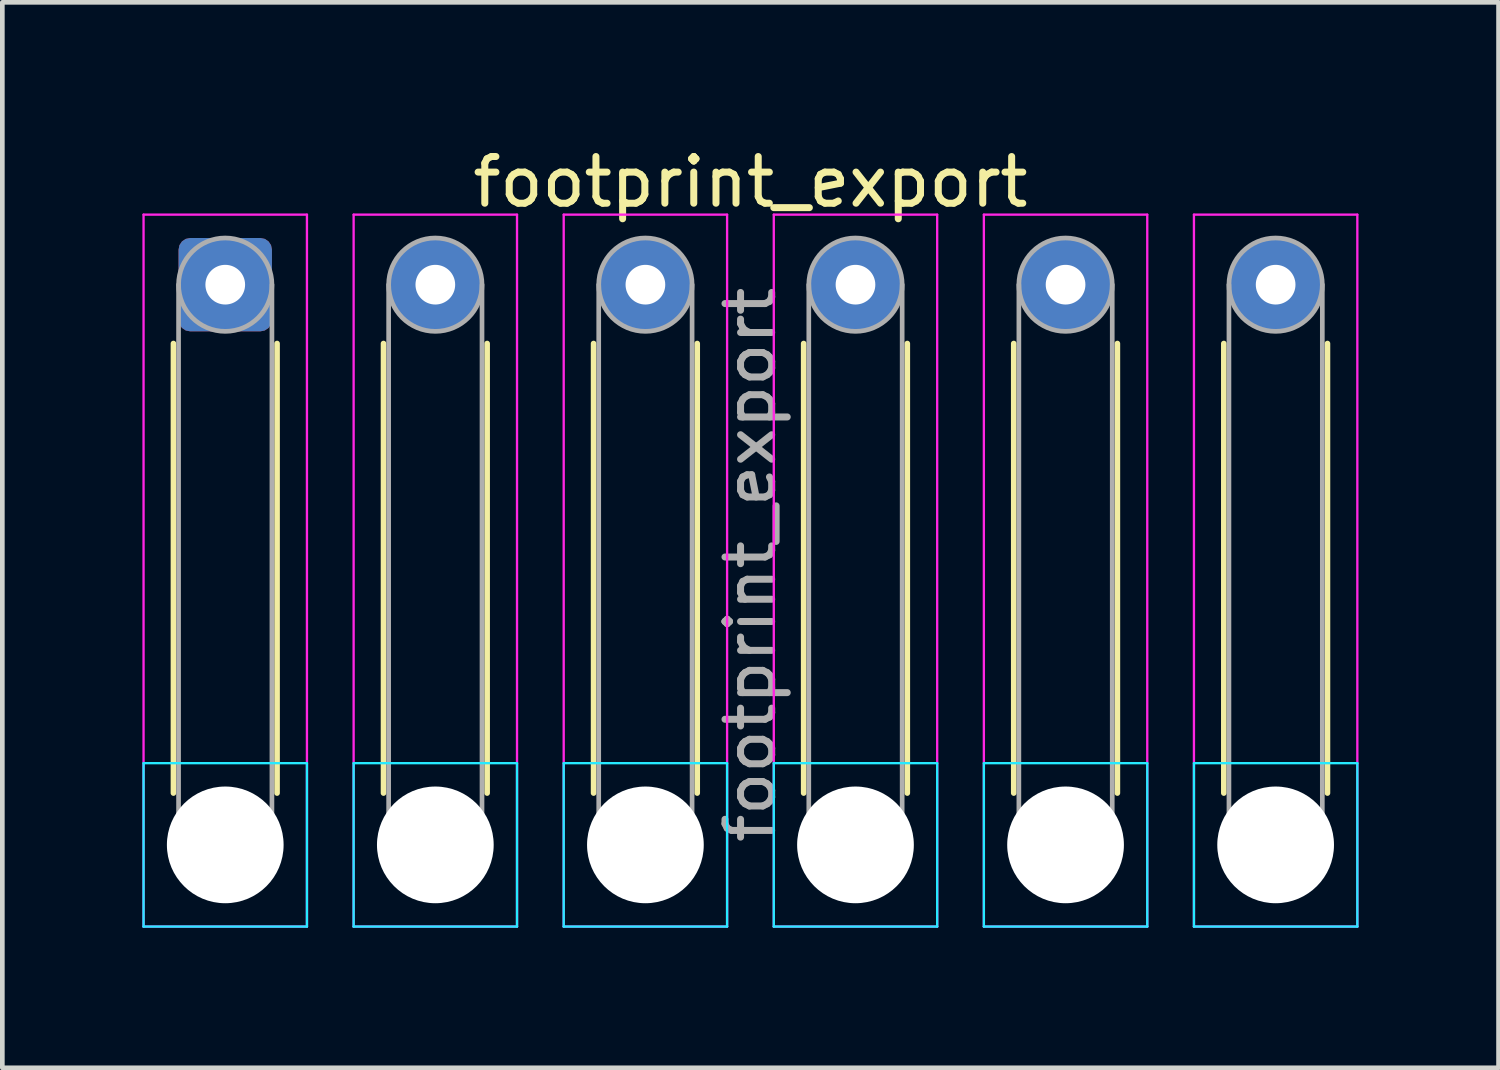
<source format=kicad_pcb>
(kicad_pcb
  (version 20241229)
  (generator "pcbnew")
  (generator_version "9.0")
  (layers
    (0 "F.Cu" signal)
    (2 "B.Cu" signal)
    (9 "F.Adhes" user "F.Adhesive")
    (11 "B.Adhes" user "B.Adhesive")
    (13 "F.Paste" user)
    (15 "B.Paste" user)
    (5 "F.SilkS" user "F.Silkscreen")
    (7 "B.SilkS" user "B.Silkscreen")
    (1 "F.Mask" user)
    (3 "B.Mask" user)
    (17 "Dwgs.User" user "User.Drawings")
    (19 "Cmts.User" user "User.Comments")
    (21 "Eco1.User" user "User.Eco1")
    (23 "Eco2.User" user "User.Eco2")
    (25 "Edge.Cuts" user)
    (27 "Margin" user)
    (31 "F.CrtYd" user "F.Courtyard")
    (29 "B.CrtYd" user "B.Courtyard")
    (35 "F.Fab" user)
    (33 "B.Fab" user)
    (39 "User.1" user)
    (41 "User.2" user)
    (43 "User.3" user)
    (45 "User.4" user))
  (footprint "footprint_export"
    (layer "F.Cu")
    (at 1.775 3.048)
    (property "Reference" "footprint_export" (at 11.25 -2.2 0) (layer "F.SilkS") (effects (font (size 1 1) (thickness 0.15))))
    (attr exclude_from_pos_files exclude_from_bom)
    (fp_line (start -1.11 1.26) (end -1.11 10.89) (stroke (width 0.12) (type solid)) (layer "F.SilkS"))
    (fp_line (start 1.11 1.26) (end 1.11 10.89) (stroke (width 0.12) (type solid)) (layer "F.SilkS"))
    (fp_line (start 3.39 1.26) (end 3.39 10.89) (stroke (width 0.12) (type solid)) (layer "F.SilkS"))
    (fp_line (start 5.61 1.26) (end 5.61 10.89) (stroke (width 0.12) (type solid)) (layer "F.SilkS"))
    (fp_line (start 7.89 1.26) (end 7.89 10.89) (stroke (width 0.12) (type solid)) (layer "F.SilkS"))
    (fp_line (start 10.11 1.26) (end 10.11 10.89) (stroke (width 0.12) (type solid)) (layer "F.SilkS"))
    (fp_line (start 12.39 1.26) (end 12.39 10.89) (stroke (width 0.12) (type solid)) (layer "F.SilkS"))
    (fp_line (start 14.61 1.26) (end 14.61 10.89) (stroke (width 0.12) (type solid)) (layer "F.SilkS"))
    (fp_line (start 16.89 1.26) (end 16.89 10.89) (stroke (width 0.12) (type solid)) (layer "F.SilkS"))
    (fp_line (start 19.11 1.26) (end 19.11 10.89) (stroke (width 0.12) (type solid)) (layer "F.SilkS"))
    (fp_line (start 21.39 1.26) (end 21.39 10.89) (stroke (width 0.12) (type solid)) (layer "F.SilkS"))
    (fp_line (start 23.61 1.26) (end 23.61 10.89) (stroke (width 0.12) (type solid)) (layer "F.SilkS"))
    (fp_line (start -1.75 10.25) (end -1.75 13.75) (stroke (width 0.05) (type solid)) (layer "B.CrtYd"))
    (fp_line (start -1.75 13.75) (end 1.75 13.75) (stroke (width 0.05) (type solid)) (layer "B.CrtYd"))
    (fp_line (start 1.75 10.25) (end -1.75 10.25) (stroke (width 0.05) (type solid)) (layer "B.CrtYd"))
    (fp_line (start 1.75 13.75) (end 1.75 10.25) (stroke (width 0.05) (type solid)) (layer "B.CrtYd"))
    (fp_line (start 2.75 10.25) (end 2.75 13.75) (stroke (width 0.05) (type solid)) (layer "B.CrtYd"))
    (fp_line (start 2.75 13.75) (end 6.25 13.75) (stroke (width 0.05) (type solid)) (layer "B.CrtYd"))
    (fp_line (start 6.25 10.25) (end 2.75 10.25) (stroke (width 0.05) (type solid)) (layer "B.CrtYd"))
    (fp_line (start 6.25 13.75) (end 6.25 10.25) (stroke (width 0.05) (type solid)) (layer "B.CrtYd"))
    (fp_line (start 7.25 10.25) (end 7.25 13.75) (stroke (width 0.05) (type solid)) (layer "B.CrtYd"))
    (fp_line (start 7.25 13.75) (end 10.75 13.75) (stroke (width 0.05) (type solid)) (layer "B.CrtYd"))
    (fp_line (start 10.75 10.25) (end 7.25 10.25) (stroke (width 0.05) (type solid)) (layer "B.CrtYd"))
    (fp_line (start 10.75 13.75) (end 10.75 10.25) (stroke (width 0.05) (type solid)) (layer "B.CrtYd"))
    (fp_line (start 11.75 10.25) (end 11.75 13.75) (stroke (width 0.05) (type solid)) (layer "B.CrtYd"))
    (fp_line (start 11.75 13.75) (end 15.25 13.75) (stroke (width 0.05) (type solid)) (layer "B.CrtYd"))
    (fp_line (start 15.25 10.25) (end 11.75 10.25) (stroke (width 0.05) (type solid)) (layer "B.CrtYd"))
    (fp_line (start 15.25 13.75) (end 15.25 10.25) (stroke (width 0.05) (type solid)) (layer "B.CrtYd"))
    (fp_line (start 16.25 10.25) (end 16.25 13.75) (stroke (width 0.05) (type solid)) (layer "B.CrtYd"))
    (fp_line (start 16.25 13.75) (end 19.75 13.75) (stroke (width 0.05) (type solid)) (layer "B.CrtYd"))
    (fp_line (start 19.75 10.25) (end 16.25 10.25) (stroke (width 0.05) (type solid)) (layer "B.CrtYd"))
    (fp_line (start 19.75 13.75) (end 19.75 10.25) (stroke (width 0.05) (type solid)) (layer "B.CrtYd"))
    (fp_line (start 20.75 10.25) (end 20.75 13.75) (stroke (width 0.05) (type solid)) (layer "B.CrtYd"))
    (fp_line (start 20.75 13.75) (end 24.25 13.75) (stroke (width 0.05) (type solid)) (layer "B.CrtYd"))
    (fp_line (start 24.25 10.25) (end 20.75 10.25) (stroke (width 0.05) (type solid)) (layer "B.CrtYd"))
    (fp_line (start 24.25 13.75) (end 24.25 10.25) (stroke (width 0.05) (type solid)) (layer "B.CrtYd"))
    (fp_line (start -1.75 -1.5) (end -1.75 13.75) (stroke (width 0.05) (type solid)) (layer "F.CrtYd"))
    (fp_line (start -1.75 13.75) (end 1.75 13.75) (stroke (width 0.05) (type solid)) (layer "F.CrtYd"))
    (fp_line (start 1.75 -1.5) (end -1.75 -1.5) (stroke (width 0.05) (type solid)) (layer "F.CrtYd"))
    (fp_line (start 1.75 13.75) (end 1.75 -1.5) (stroke (width 0.05) (type solid)) (layer "F.CrtYd"))
    (fp_line (start 2.75 -1.5) (end 2.75 13.75) (stroke (width 0.05) (type solid)) (layer "F.CrtYd"))
    (fp_line (start 2.75 13.75) (end 6.25 13.75) (stroke (width 0.05) (type solid)) (layer "F.CrtYd"))
    (fp_line (start 6.25 -1.5) (end 2.75 -1.5) (stroke (width 0.05) (type solid)) (layer "F.CrtYd"))
    (fp_line (start 6.25 13.75) (end 6.25 -1.5) (stroke (width 0.05) (type solid)) (layer "F.CrtYd"))
    (fp_line (start 7.25 -1.5) (end 7.25 13.75) (stroke (width 0.05) (type solid)) (layer "F.CrtYd"))
    (fp_line (start 7.25 13.75) (end 10.75 13.75) (stroke (width 0.05) (type solid)) (layer "F.CrtYd"))
    (fp_line (start 10.75 -1.5) (end 7.25 -1.5) (stroke (width 0.05) (type solid)) (layer "F.CrtYd"))
    (fp_line (start 10.75 13.75) (end 10.75 -1.5) (stroke (width 0.05) (type solid)) (layer "F.CrtYd"))
    (fp_line (start 11.75 -1.5) (end 11.75 13.75) (stroke (width 0.05) (type solid)) (layer "F.CrtYd"))
    (fp_line (start 11.75 13.75) (end 15.25 13.75) (stroke (width 0.05) (type solid)) (layer "F.CrtYd"))
    (fp_line (start 15.25 -1.5) (end 11.75 -1.5) (stroke (width 0.05) (type solid)) (layer "F.CrtYd"))
    (fp_line (start 15.25 13.75) (end 15.25 -1.5) (stroke (width 0.05) (type solid)) (layer "F.CrtYd"))
    (fp_line (start 16.25 -1.5) (end 16.25 13.75) (stroke (width 0.05) (type solid)) (layer "F.CrtYd"))
    (fp_line (start 16.25 13.75) (end 19.75 13.75) (stroke (width 0.05) (type solid)) (layer "F.CrtYd"))
    (fp_line (start 19.75 -1.5) (end 16.25 -1.5) (stroke (width 0.05) (type solid)) (layer "F.CrtYd"))
    (fp_line (start 19.75 13.75) (end 19.75 -1.5) (stroke (width 0.05) (type solid)) (layer "F.CrtYd"))
    (fp_line (start 20.75 -1.5) (end 20.75 13.75) (stroke (width 0.05) (type solid)) (layer "F.CrtYd"))
    (fp_line (start 20.75 13.75) (end 24.25 13.75) (stroke (width 0.05) (type solid)) (layer "F.CrtYd"))
    (fp_line (start 24.25 -1.5) (end 20.75 -1.5) (stroke (width 0.05) (type solid)) (layer "F.CrtYd"))
    (fp_line (start 24.25 13.75) (end 24.25 -1.5) (stroke (width 0.05) (type solid)) (layer "F.CrtYd"))
    (fp_line (start -1 0) (end -1 12) (stroke (width 0.1) (type solid)) (layer "F.Fab"))
    (fp_line (start 1 0) (end 1 12) (stroke (width 0.1) (type solid)) (layer "F.Fab"))
    (fp_line (start 3.5 0) (end 3.5 12) (stroke (width 0.1) (type solid)) (layer "F.Fab"))
    (fp_line (start 5.5 0) (end 5.5 12) (stroke (width 0.1) (type solid)) (layer "F.Fab"))
    (fp_line (start 8 0) (end 8 12) (stroke (width 0.1) (type solid)) (layer "F.Fab"))
    (fp_line (start 10 0) (end 10 12) (stroke (width 0.1) (type solid)) (layer "F.Fab"))
    (fp_line (start 12.5 0) (end 12.5 12) (stroke (width 0.1) (type solid)) (layer "F.Fab"))
    (fp_line (start 14.5 0) (end 14.5 12) (stroke (width 0.1) (type solid)) (layer "F.Fab"))
    (fp_line (start 17 0) (end 17 12) (stroke (width 0.1) (type solid)) (layer "F.Fab"))
    (fp_line (start 19 0) (end 19 12) (stroke (width 0.1) (type solid)) (layer "F.Fab"))
    (fp_line (start 21.5 0) (end 21.5 12) (stroke (width 0.1) (type solid)) (layer "F.Fab"))
    (fp_line (start 23.5 0) (end 23.5 12) (stroke (width 0.1) (type solid)) (layer "F.Fab"))
    (fp_circle (center 0 0) (end 1 0) (stroke (width 0.1) (type solid)) (fill no) (layer "F.Fab"))
    (fp_circle (center 0 12) (end 1 12) (stroke (width 0.1) (type solid)) (fill no) (layer "F.Fab"))
    (fp_circle (center 4.5 0) (end 5.5 0) (stroke (width 0.1) (type solid)) (fill no) (layer "F.Fab"))
    (fp_circle (center 4.5 12) (end 5.5 12) (stroke (width 0.1) (type solid)) (fill no) (layer "F.Fab"))
    (fp_circle (center 9 0) (end 10 0) (stroke (width 0.1) (type solid)) (fill no) (layer "F.Fab"))
    (fp_circle (center 9 12) (end 10 12) (stroke (width 0.1) (type solid)) (fill no) (layer "F.Fab"))
    (fp_circle (center 13.5 0) (end 14.5 0) (stroke (width 0.1) (type solid)) (fill no) (layer "F.Fab"))
    (fp_circle (center 13.5 12) (end 14.5 12) (stroke (width 0.1) (type solid)) (fill no) (layer "F.Fab"))
    (fp_circle (center 18 0) (end 19 0) (stroke (width 0.1) (type solid)) (fill no) (layer "F.Fab"))
    (fp_circle (center 18 12) (end 19 12) (stroke (width 0.1) (type solid)) (fill no) (layer "F.Fab"))
    (fp_circle (center 22.5 0) (end 23.5 0) (stroke (width 0.1) (type solid)) (fill no) (layer "F.Fab"))
    (fp_circle (center 22.5 12) (end 23.5 12) (stroke (width 0.1) (type solid)) (fill no) (layer "F.Fab"))
    (fp_text user "${REFERENCE}" (at 11.25 6 90) (layer "F.Fab") (effects (font (size 1 1) (thickness 0.15))))
    (pad "" np_thru_hole circle (at 0 12) (size 2.5 2.5) (drill 2.5) (layers "*.Cu" "*.Mask"))
    (pad "" np_thru_hole circle (at 4.5 12) (size 2.5 2.5) (drill 2.5) (layers "*.Cu" "*.Mask"))
    (pad "" np_thru_hole circle (at 9 12) (size 2.5 2.5) (drill 2.5) (layers "*.Cu" "*.Mask"))
    (pad "" np_thru_hole circle (at 13.5 12) (size 2.5 2.5) (drill 2.5) (layers "*.Cu" "*.Mask"))
    (pad "" np_thru_hole circle (at 18 12) (size 2.5 2.5) (drill 2.5) (layers "*.Cu" "*.Mask"))
    (pad "" np_thru_hole circle (at 22.5 12) (size 2.5 2.5) (drill 2.5) (layers "*.Cu" "*.Mask"))
    (pad "1" thru_hole roundrect (at 0 0) (size 2 2) (drill 0.85) (layers "*.Cu" "*.Mask") (roundrect_rratio 0.125))
    (pad "2" thru_hole circle (at 4.5 0) (size 2 2) (drill 0.85) (layers "*.Cu" "*.Mask"))
    (pad "3" thru_hole circle (at 9 0) (size 2 2) (drill 0.85) (layers "*.Cu" "*.Mask"))
    (pad "4" thru_hole circle (at 13.5 0) (size 2 2) (drill 0.85) (layers "*.Cu" "*.Mask"))
    (pad "5" thru_hole circle (at 18 0) (size 2 2) (drill 0.85) (layers "*.Cu" "*.Mask"))
    (pad "6" thru_hole circle (at 22.5 0) (size 2 2) (drill 0.85) (layers "*.Cu" "*.Mask")))
  (gr_rect
    (start -3 -3)
    (end 29.05 19.823)
    (stroke (width 0.1) (type default))
    (fill no)
    (layer "Edge.Cuts")))
</source>
